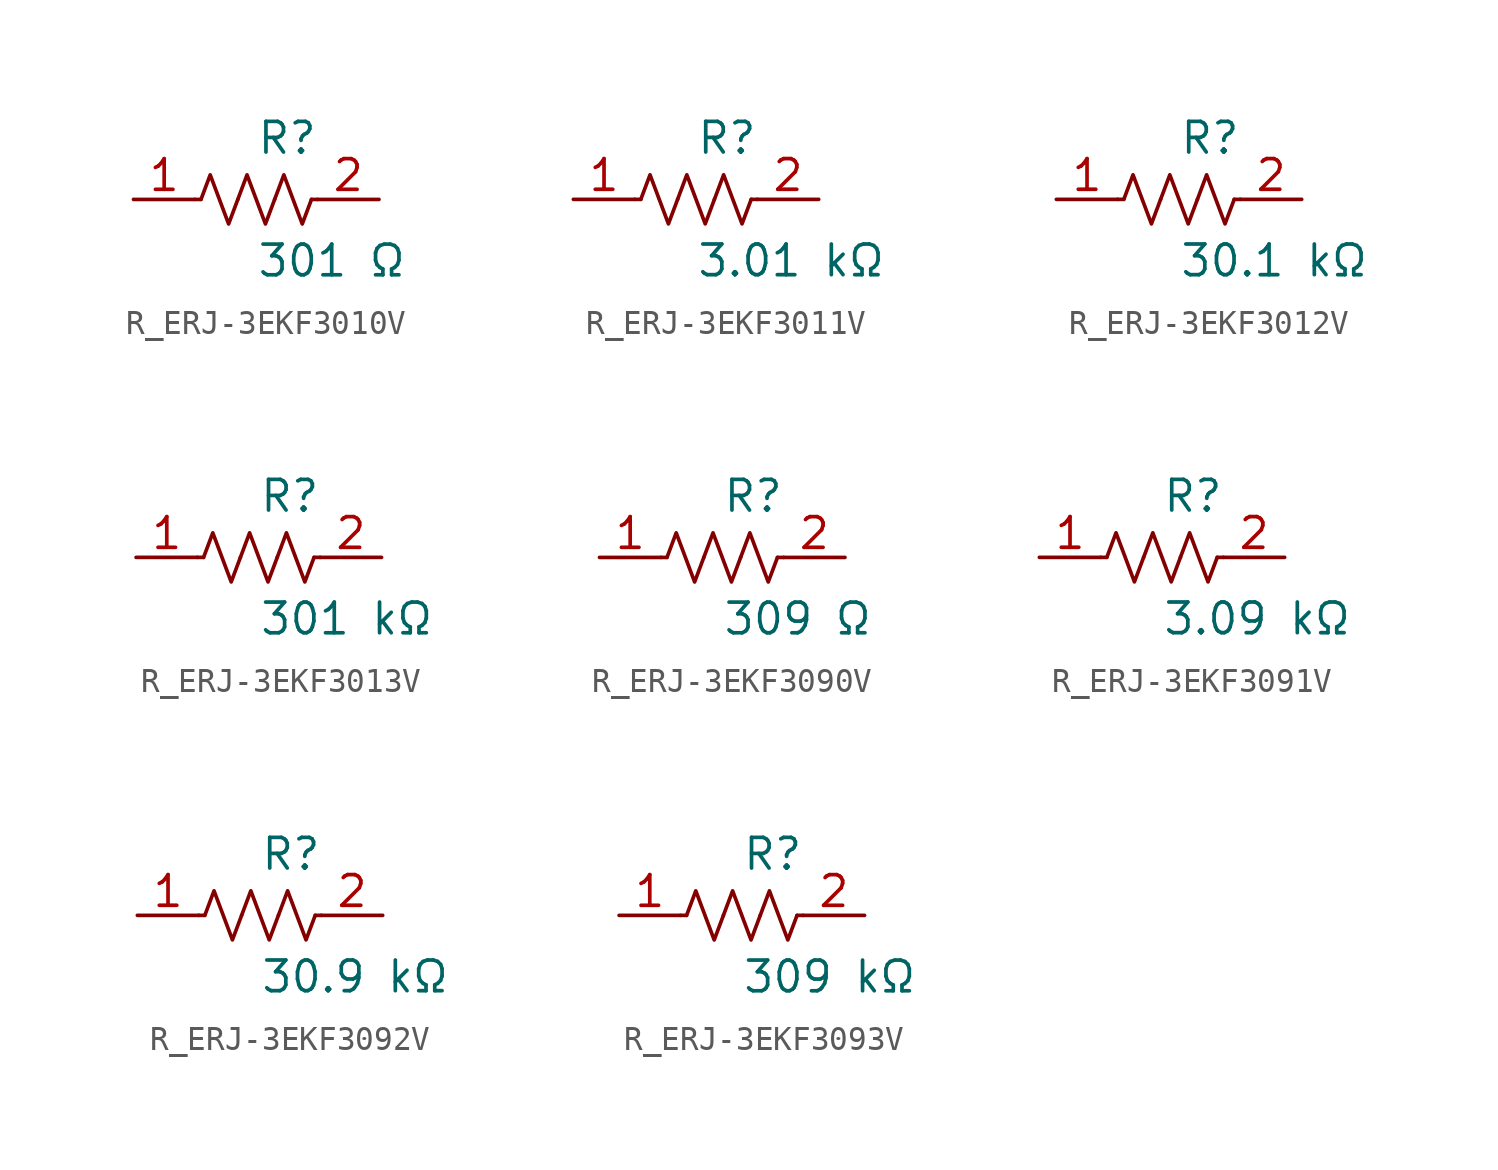
<source format=kicad_sym>
(kicad_symbol_lib
  (version 20231120)
  (generator "kicad_symbol_editor")
  (generator_version "8.0")
  (symbol "R_ERJ-3EKF3010V"
    (pin_names
      (offset 0.254))
    (property "Reference" "R"
      (at 0 2.54 0)
      (effects (font (size 1.27 1.27)) (justify left)))
    (property "Value" "301 Ω"
      (at 0 -2.54 0)
      (effects (font (size 1.27 1.27)) (justify left)))
    (symbol "R_ERJ-3EKF3010V_0_1"
      (polyline (pts (xy 2.286 0) (xy 2.54 0)) (stroke (width 0) (type default)) (fill (type none)))
      (polyline (pts (xy -2.286 0) (xy -2.54 0)) (stroke (width 0) (type default)) (fill (type none)))
      (polyline (pts (xy 0.762 0) (xy 1.143 1.016) (xy 1.524 0) (xy 1.905 -1.016) (xy 2.286 0)) (stroke (width 0) (type default)) (fill (type none)))
      (polyline (pts (xy -0.762 0) (xy -0.381 1.016) (xy 0 0) (xy 0.381 -1.016) (xy 0.762 0)) (stroke (width 0) (type default)) (fill (type none)))
      (polyline (pts (xy -2.286 0) (xy -1.905 1.016) (xy -1.524 0) (xy -1.143 -1.016) (xy -0.762 0)) (stroke (width 0) (type default)) (fill (type none))))
    (pin unspecified line
      (at -5.08 0 0)
      (length 2.54)
      (name "" (effects (font (size 1.27 1.27))))
      (number "1" (effects (font (size 1.27 1.27)))))
    (pin unspecified line
      (at 5.08 0 180)
      (length 2.54)
      (name "" (effects (font (size 1.27 1.27))))
      (number "2" (effects (font (size 1.27 1.27))))))
  (symbol "R_ERJ-3EKF3011V"
    (pin_names
      (offset 0.254))
    (property "Reference" "R"
      (at 0 2.54 0)
      (effects (font (size 1.27 1.27)) (justify left)))
    (property "Value" "3.01 kΩ"
      (at 0 -2.54 0)
      (effects (font (size 1.27 1.27)) (justify left)))
    (symbol "R_ERJ-3EKF3011V_0_1"
      (polyline (pts (xy 2.286 0) (xy 2.54 0)) (stroke (width 0) (type default)) (fill (type none)))
      (polyline (pts (xy -2.286 0) (xy -2.54 0)) (stroke (width 0) (type default)) (fill (type none)))
      (polyline (pts (xy 0.762 0) (xy 1.143 1.016) (xy 1.524 0) (xy 1.905 -1.016) (xy 2.286 0)) (stroke (width 0) (type default)) (fill (type none)))
      (polyline (pts (xy -0.762 0) (xy -0.381 1.016) (xy 0 0) (xy 0.381 -1.016) (xy 0.762 0)) (stroke (width 0) (type default)) (fill (type none)))
      (polyline (pts (xy -2.286 0) (xy -1.905 1.016) (xy -1.524 0) (xy -1.143 -1.016) (xy -0.762 0)) (stroke (width 0) (type default)) (fill (type none))))
    (pin unspecified line
      (at -5.08 0 0)
      (length 2.54)
      (name "" (effects (font (size 1.27 1.27))))
      (number "1" (effects (font (size 1.27 1.27)))))
    (pin unspecified line
      (at 5.08 0 180)
      (length 2.54)
      (name "" (effects (font (size 1.27 1.27))))
      (number "2" (effects (font (size 1.27 1.27))))))
  (symbol "R_ERJ-3EKF3012V"
    (pin_names
      (offset 0.254))
    (property "Reference" "R"
      (at 0 2.54 0)
      (effects (font (size 1.27 1.27)) (justify left)))
    (property "Value" "30.1 kΩ"
      (at 0 -2.54 0)
      (effects (font (size 1.27 1.27)) (justify left)))
    (symbol "R_ERJ-3EKF3012V_0_1"
      (polyline (pts (xy 2.286 0) (xy 2.54 0)) (stroke (width 0) (type default)) (fill (type none)))
      (polyline (pts (xy -2.286 0) (xy -2.54 0)) (stroke (width 0) (type default)) (fill (type none)))
      (polyline (pts (xy 0.762 0) (xy 1.143 1.016) (xy 1.524 0) (xy 1.905 -1.016) (xy 2.286 0)) (stroke (width 0) (type default)) (fill (type none)))
      (polyline (pts (xy -0.762 0) (xy -0.381 1.016) (xy 0 0) (xy 0.381 -1.016) (xy 0.762 0)) (stroke (width 0) (type default)) (fill (type none)))
      (polyline (pts (xy -2.286 0) (xy -1.905 1.016) (xy -1.524 0) (xy -1.143 -1.016) (xy -0.762 0)) (stroke (width 0) (type default)) (fill (type none))))
    (pin unspecified line
      (at -5.08 0 0)
      (length 2.54)
      (name "" (effects (font (size 1.27 1.27))))
      (number "1" (effects (font (size 1.27 1.27)))))
    (pin unspecified line
      (at 5.08 0 180)
      (length 2.54)
      (name "" (effects (font (size 1.27 1.27))))
      (number "2" (effects (font (size 1.27 1.27))))))
  (symbol "R_ERJ-3EKF3013V"
    (pin_names
      (offset 0.254))
    (property "Reference" "R"
      (at 0 2.54 0)
      (effects (font (size 1.27 1.27)) (justify left)))
    (property "Value" "301 kΩ"
      (at 0 -2.54 0)
      (effects (font (size 1.27 1.27)) (justify left)))
    (symbol "R_ERJ-3EKF3013V_0_1"
      (polyline (pts (xy 2.286 0) (xy 2.54 0)) (stroke (width 0) (type default)) (fill (type none)))
      (polyline (pts (xy -2.286 0) (xy -2.54 0)) (stroke (width 0) (type default)) (fill (type none)))
      (polyline (pts (xy 0.762 0) (xy 1.143 1.016) (xy 1.524 0) (xy 1.905 -1.016) (xy 2.286 0)) (stroke (width 0) (type default)) (fill (type none)))
      (polyline (pts (xy -0.762 0) (xy -0.381 1.016) (xy 0 0) (xy 0.381 -1.016) (xy 0.762 0)) (stroke (width 0) (type default)) (fill (type none)))
      (polyline (pts (xy -2.286 0) (xy -1.905 1.016) (xy -1.524 0) (xy -1.143 -1.016) (xy -0.762 0)) (stroke (width 0) (type default)) (fill (type none))))
    (pin unspecified line
      (at -5.08 0 0)
      (length 2.54)
      (name "" (effects (font (size 1.27 1.27))))
      (number "1" (effects (font (size 1.27 1.27)))))
    (pin unspecified line
      (at 5.08 0 180)
      (length 2.54)
      (name "" (effects (font (size 1.27 1.27))))
      (number "2" (effects (font (size 1.27 1.27))))))
  (symbol "R_ERJ-3EKF3090V"
    (pin_names
      (offset 0.254))
    (property "Reference" "R"
      (at 0 2.54 0)
      (effects (font (size 1.27 1.27)) (justify left)))
    (property "Value" "309 Ω"
      (at 0 -2.54 0)
      (effects (font (size 1.27 1.27)) (justify left)))
    (symbol "R_ERJ-3EKF3090V_0_1"
      (polyline (pts (xy 2.286 0) (xy 2.54 0)) (stroke (width 0) (type default)) (fill (type none)))
      (polyline (pts (xy -2.286 0) (xy -2.54 0)) (stroke (width 0) (type default)) (fill (type none)))
      (polyline (pts (xy 0.762 0) (xy 1.143 1.016) (xy 1.524 0) (xy 1.905 -1.016) (xy 2.286 0)) (stroke (width 0) (type default)) (fill (type none)))
      (polyline (pts (xy -0.762 0) (xy -0.381 1.016) (xy 0 0) (xy 0.381 -1.016) (xy 0.762 0)) (stroke (width 0) (type default)) (fill (type none)))
      (polyline (pts (xy -2.286 0) (xy -1.905 1.016) (xy -1.524 0) (xy -1.143 -1.016) (xy -0.762 0)) (stroke (width 0) (type default)) (fill (type none))))
    (pin unspecified line
      (at -5.08 0 0)
      (length 2.54)
      (name "" (effects (font (size 1.27 1.27))))
      (number "1" (effects (font (size 1.27 1.27)))))
    (pin unspecified line
      (at 5.08 0 180)
      (length 2.54)
      (name "" (effects (font (size 1.27 1.27))))
      (number "2" (effects (font (size 1.27 1.27))))))
  (symbol "R_ERJ-3EKF3091V"
    (pin_names
      (offset 0.254))
    (property "Reference" "R"
      (at 0 2.54 0)
      (effects (font (size 1.27 1.27)) (justify left)))
    (property "Value" "3.09 kΩ"
      (at 0 -2.54 0)
      (effects (font (size 1.27 1.27)) (justify left)))
    (symbol "R_ERJ-3EKF3091V_0_1"
      (polyline (pts (xy 2.286 0) (xy 2.54 0)) (stroke (width 0) (type default)) (fill (type none)))
      (polyline (pts (xy -2.286 0) (xy -2.54 0)) (stroke (width 0) (type default)) (fill (type none)))
      (polyline (pts (xy 0.762 0) (xy 1.143 1.016) (xy 1.524 0) (xy 1.905 -1.016) (xy 2.286 0)) (stroke (width 0) (type default)) (fill (type none)))
      (polyline (pts (xy -0.762 0) (xy -0.381 1.016) (xy 0 0) (xy 0.381 -1.016) (xy 0.762 0)) (stroke (width 0) (type default)) (fill (type none)))
      (polyline (pts (xy -2.286 0) (xy -1.905 1.016) (xy -1.524 0) (xy -1.143 -1.016) (xy -0.762 0)) (stroke (width 0) (type default)) (fill (type none))))
    (pin unspecified line
      (at -5.08 0 0)
      (length 2.54)
      (name "" (effects (font (size 1.27 1.27))))
      (number "1" (effects (font (size 1.27 1.27)))))
    (pin unspecified line
      (at 5.08 0 180)
      (length 2.54)
      (name "" (effects (font (size 1.27 1.27))))
      (number "2" (effects (font (size 1.27 1.27))))))
  (symbol "R_ERJ-3EKF3092V"
    (pin_names
      (offset 0.254))
    (property "Reference" "R"
      (at 0 2.54 0)
      (effects (font (size 1.27 1.27)) (justify left)))
    (property "Value" "30.9 kΩ"
      (at 0 -2.54 0)
      (effects (font (size 1.27 1.27)) (justify left)))
    (symbol "R_ERJ-3EKF3092V_0_1"
      (polyline (pts (xy 2.286 0) (xy 2.54 0)) (stroke (width 0) (type default)) (fill (type none)))
      (polyline (pts (xy -2.286 0) (xy -2.54 0)) (stroke (width 0) (type default)) (fill (type none)))
      (polyline (pts (xy 0.762 0) (xy 1.143 1.016) (xy 1.524 0) (xy 1.905 -1.016) (xy 2.286 0)) (stroke (width 0) (type default)) (fill (type none)))
      (polyline (pts (xy -0.762 0) (xy -0.381 1.016) (xy 0 0) (xy 0.381 -1.016) (xy 0.762 0)) (stroke (width 0) (type default)) (fill (type none)))
      (polyline (pts (xy -2.286 0) (xy -1.905 1.016) (xy -1.524 0) (xy -1.143 -1.016) (xy -0.762 0)) (stroke (width 0) (type default)) (fill (type none))))
    (pin unspecified line
      (at -5.08 0 0)
      (length 2.54)
      (name "" (effects (font (size 1.27 1.27))))
      (number "1" (effects (font (size 1.27 1.27)))))
    (pin unspecified line
      (at 5.08 0 180)
      (length 2.54)
      (name "" (effects (font (size 1.27 1.27))))
      (number "2" (effects (font (size 1.27 1.27))))))
  (symbol "R_ERJ-3EKF3093V"
    (pin_names
      (offset 0.254))
    (property "Reference" "R"
      (at 0 2.54 0)
      (effects (font (size 1.27 1.27)) (justify left)))
    (property "Value" "309 kΩ"
      (at 0 -2.54 0)
      (effects (font (size 1.27 1.27)) (justify left)))
    (symbol "R_ERJ-3EKF3093V_0_1"
      (polyline (pts (xy 2.286 0) (xy 2.54 0)) (stroke (width 0) (type default)) (fill (type none)))
      (polyline (pts (xy -2.286 0) (xy -2.54 0)) (stroke (width 0) (type default)) (fill (type none)))
      (polyline (pts (xy 0.762 0) (xy 1.143 1.016) (xy 1.524 0) (xy 1.905 -1.016) (xy 2.286 0)) (stroke (width 0) (type default)) (fill (type none)))
      (polyline (pts (xy -0.762 0) (xy -0.381 1.016) (xy 0 0) (xy 0.381 -1.016) (xy 0.762 0)) (stroke (width 0) (type default)) (fill (type none)))
      (polyline (pts (xy -2.286 0) (xy -1.905 1.016) (xy -1.524 0) (xy -1.143 -1.016) (xy -0.762 0)) (stroke (width 0) (type default)) (fill (type none))))
    (pin unspecified line
      (at -5.08 0 0)
      (length 2.54)
      (name "" (effects (font (size 1.27 1.27))))
      (number "1" (effects (font (size 1.27 1.27)))))
    (pin unspecified line
      (at 5.08 0 180)
      (length 2.54)
      (name "" (effects (font (size 1.27 1.27))))
      (number "2" (effects (font (size 1.27 1.27)))))))
</source>
